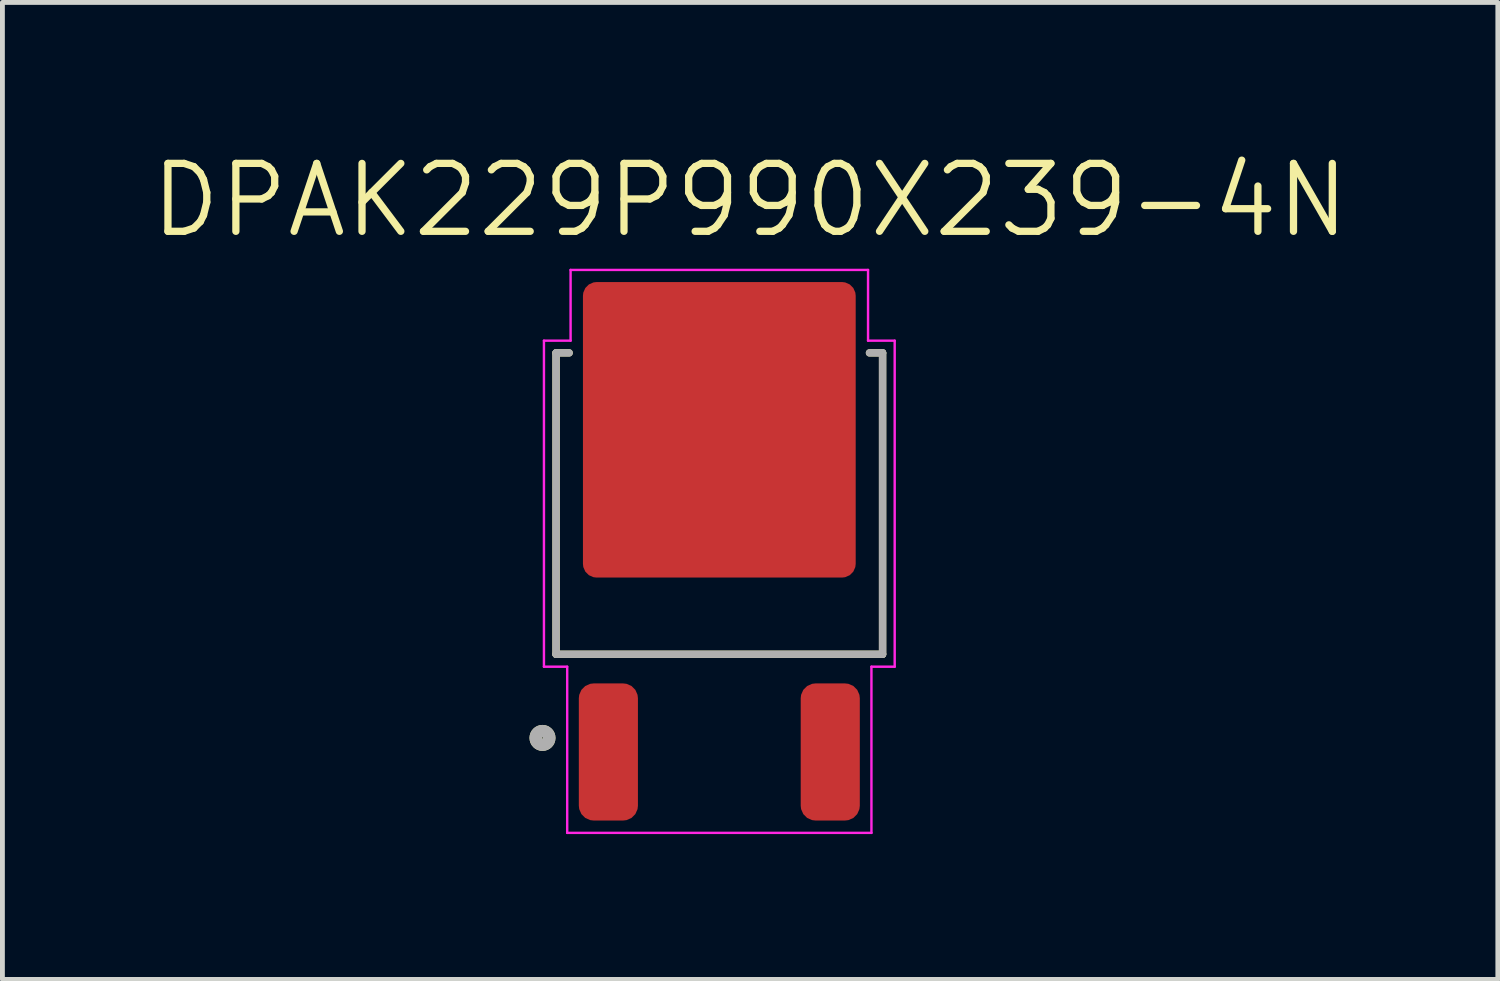
<source format=kicad_pcb>
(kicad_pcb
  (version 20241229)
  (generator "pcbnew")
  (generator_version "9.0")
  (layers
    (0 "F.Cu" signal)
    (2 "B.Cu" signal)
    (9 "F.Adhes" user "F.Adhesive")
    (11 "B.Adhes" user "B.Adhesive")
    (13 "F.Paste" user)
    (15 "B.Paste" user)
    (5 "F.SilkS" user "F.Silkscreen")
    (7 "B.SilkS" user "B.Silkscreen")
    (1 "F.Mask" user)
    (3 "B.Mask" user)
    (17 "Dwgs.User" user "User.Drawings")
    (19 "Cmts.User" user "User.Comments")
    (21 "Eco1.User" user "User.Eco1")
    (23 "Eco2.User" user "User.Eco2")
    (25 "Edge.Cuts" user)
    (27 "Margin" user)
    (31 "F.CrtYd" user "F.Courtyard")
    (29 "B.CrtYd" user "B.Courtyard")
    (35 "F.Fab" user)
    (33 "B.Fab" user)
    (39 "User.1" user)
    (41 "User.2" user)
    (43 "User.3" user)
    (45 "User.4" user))
  (footprint "DPAK229P990X239-4N"
    (layer "F.Cu")
    (at 11.798 8.332)
    (property "Reference" "DPAK229P990X239-4N" (at 0.636 -7.248 0) (layer "F.SilkS") (effects (font (size 1.402 1.402) (thickness 0.15))))
    (attr smd)
    (fp_line (start -3.37 -4.098) (end -3.37 2.123) (stroke (width 0.152) (type solid)) (layer "F.SilkS"))
    (fp_line (start -3.37 2.123) (end 3.37 2.123) (stroke (width 0.152) (type solid)) (layer "F.SilkS"))
    (fp_line (start -3.1 -4.098) (end -3.37 -4.098) (stroke (width 0.152) (type solid)) (layer "F.SilkS"))
    (fp_line (start 3.37 -4.098) (end 3.1 -4.098) (stroke (width 0.152) (type solid)) (layer "F.SilkS"))
    (fp_line (start 3.37 2.123) (end 3.37 -4.098) (stroke (width 0.152) (type solid)) (layer "F.SilkS"))
    (fp_circle (center -3.65 3.85) (end -3.509 3.85) (stroke (width 0.254) (type solid)) (fill no) (layer "F.SilkS"))
    (fp_poly (pts (xy -2.615 -5.195) (xy -1.15 -5.195) (xy -1.15 -3.893) (xy -2.615 -3.893)) (stroke (width 0.01) (type solid)) (fill yes) (layer "F.Paste"))
    (fp_poly (pts (xy -2.615 -1.135) (xy -1.15 -1.135) (xy -1.15 0.175) (xy -2.615 0.175)) (stroke (width 0.01) (type solid)) (fill yes) (layer "F.Paste"))
    (fp_poly (pts (xy -2.611 -3.165) (xy -1.15 -3.165) (xy -1.15 -1.856) (xy -2.611 -1.856)) (stroke (width 0.01) (type solid)) (fill yes) (layer "F.Paste"))
    (fp_poly (pts (xy -0.731 -3.165) (xy 0.73 -3.165) (xy 0.73 -1.858) (xy -0.731 -1.858)) (stroke (width 0.01) (type solid)) (fill yes) (layer "F.Paste"))
    (fp_poly (pts (xy -0.731 -5.195) (xy 0.73 -5.195) (xy 0.73 -3.892) (xy -0.731 -3.892)) (stroke (width 0.01) (type solid)) (fill yes) (layer "F.Paste"))
    (fp_poly (pts (xy -0.731 -1.135) (xy 0.73 -1.135) (xy 0.73 0.175) (xy -0.731 0.175)) (stroke (width 0.01) (type solid)) (fill yes) (layer "F.Paste"))
    (fp_poly (pts (xy -0.73 -5.195) (xy 0.73 -5.195) (xy 0.73 -3.887) (xy -0.73 -3.887)) (stroke (width 0.01) (type solid)) (fill yes) (layer "F.Paste"))
    (fp_poly (pts (xy 1.15 -3.165) (xy 2.61 -3.165) (xy 2.61 -1.855) (xy 1.15 -1.855)) (stroke (width 0.01) (type solid)) (fill yes) (layer "F.Paste"))
    (fp_poly (pts (xy 1.151 -5.195) (xy 2.61 -5.195) (xy 2.61 -3.887) (xy 1.151 -3.887)) (stroke (width 0.01) (type solid)) (fill yes) (layer "F.Paste"))
    (fp_poly (pts (xy 1.151 -1.135) (xy 2.61 -1.135) (xy 2.61 0.175) (xy 1.151 0.175)) (stroke (width 0.01) (type solid)) (fill yes) (layer "F.Paste"))
    (fp_line (start -3.62 -4.35) (end -3.07 -4.35) (stroke (width 0.05) (type solid)) (layer "F.CrtYd"))
    (fp_line (start -3.62 2.38) (end -3.62 -4.35) (stroke (width 0.05) (type solid)) (layer "F.CrtYd"))
    (fp_line (start -3.14 2.38) (end -3.62 2.38) (stroke (width 0.05) (type solid)) (layer "F.CrtYd"))
    (fp_line (start -3.14 5.81) (end -3.14 2.38) (stroke (width 0.05) (type solid)) (layer "F.CrtYd"))
    (fp_line (start -3.07 -5.81) (end 3.07 -5.81) (stroke (width 0.05) (type solid)) (layer "F.CrtYd"))
    (fp_line (start -3.07 -4.35) (end -3.07 -5.81) (stroke (width 0.05) (type solid)) (layer "F.CrtYd"))
    (fp_line (start 3.07 -5.81) (end 3.07 -4.35) (stroke (width 0.05) (type solid)) (layer "F.CrtYd"))
    (fp_line (start 3.07 -4.35) (end 3.62 -4.35) (stroke (width 0.05) (type solid)) (layer "F.CrtYd"))
    (fp_line (start 3.14 2.38) (end 3.14 5.81) (stroke (width 0.05) (type solid)) (layer "F.CrtYd"))
    (fp_line (start 3.14 5.81) (end -3.14 5.81) (stroke (width 0.05) (type solid)) (layer "F.CrtYd"))
    (fp_line (start 3.62 -4.35) (end 3.62 2.38) (stroke (width 0.05) (type solid)) (layer "F.CrtYd"))
    (fp_line (start 3.62 2.38) (end 3.14 2.38) (stroke (width 0.05) (type solid)) (layer "F.CrtYd"))
    (fp_line (start -3.37 -4.098) (end -3.37 2.123) (stroke (width 0.152) (type solid)) (layer "F.Fab"))
    (fp_line (start -3.37 2.123) (end 3.37 2.123) (stroke (width 0.152) (type solid)) (layer "F.Fab"))
    (fp_line (start -3.1 -4.098) (end -3.37 -4.098) (stroke (width 0.152) (type solid)) (layer "F.Fab"))
    (fp_line (start 3.37 -4.098) (end 3.1 -4.098) (stroke (width 0.152) (type solid)) (layer "F.Fab"))
    (fp_line (start 3.37 2.123) (end 3.37 -4.098) (stroke (width 0.152) (type solid)) (layer "F.Fab"))
    (fp_circle (center -3.65 3.85) (end -3.509 3.85) (stroke (width 0.254) (type solid)) (fill no) (layer "F.Fab"))
    (pad "1" smd roundrect (at -2.29 4.14) (size 1.22 2.83) (layers "F.Cu" "F.Mask" "F.Paste") (roundrect_rratio 0.25))
    (pad "2" smd roundrect (at 0 -2.51) (size 5.63 6.1) (layers "F.Cu" "F.Mask") (roundrect_rratio 0.05))
    (pad "3" smd roundrect (at 2.29 4.14) (size 1.22 2.83) (layers "F.Cu" "F.Mask" "F.Paste") (roundrect_rratio 0.25)))
  (gr_rect
    (start -3 -3)
    (end 27.868 17.167)
    (stroke (width 0.1) (type default))
    (fill no)
    (layer "Edge.Cuts")))
</source>
